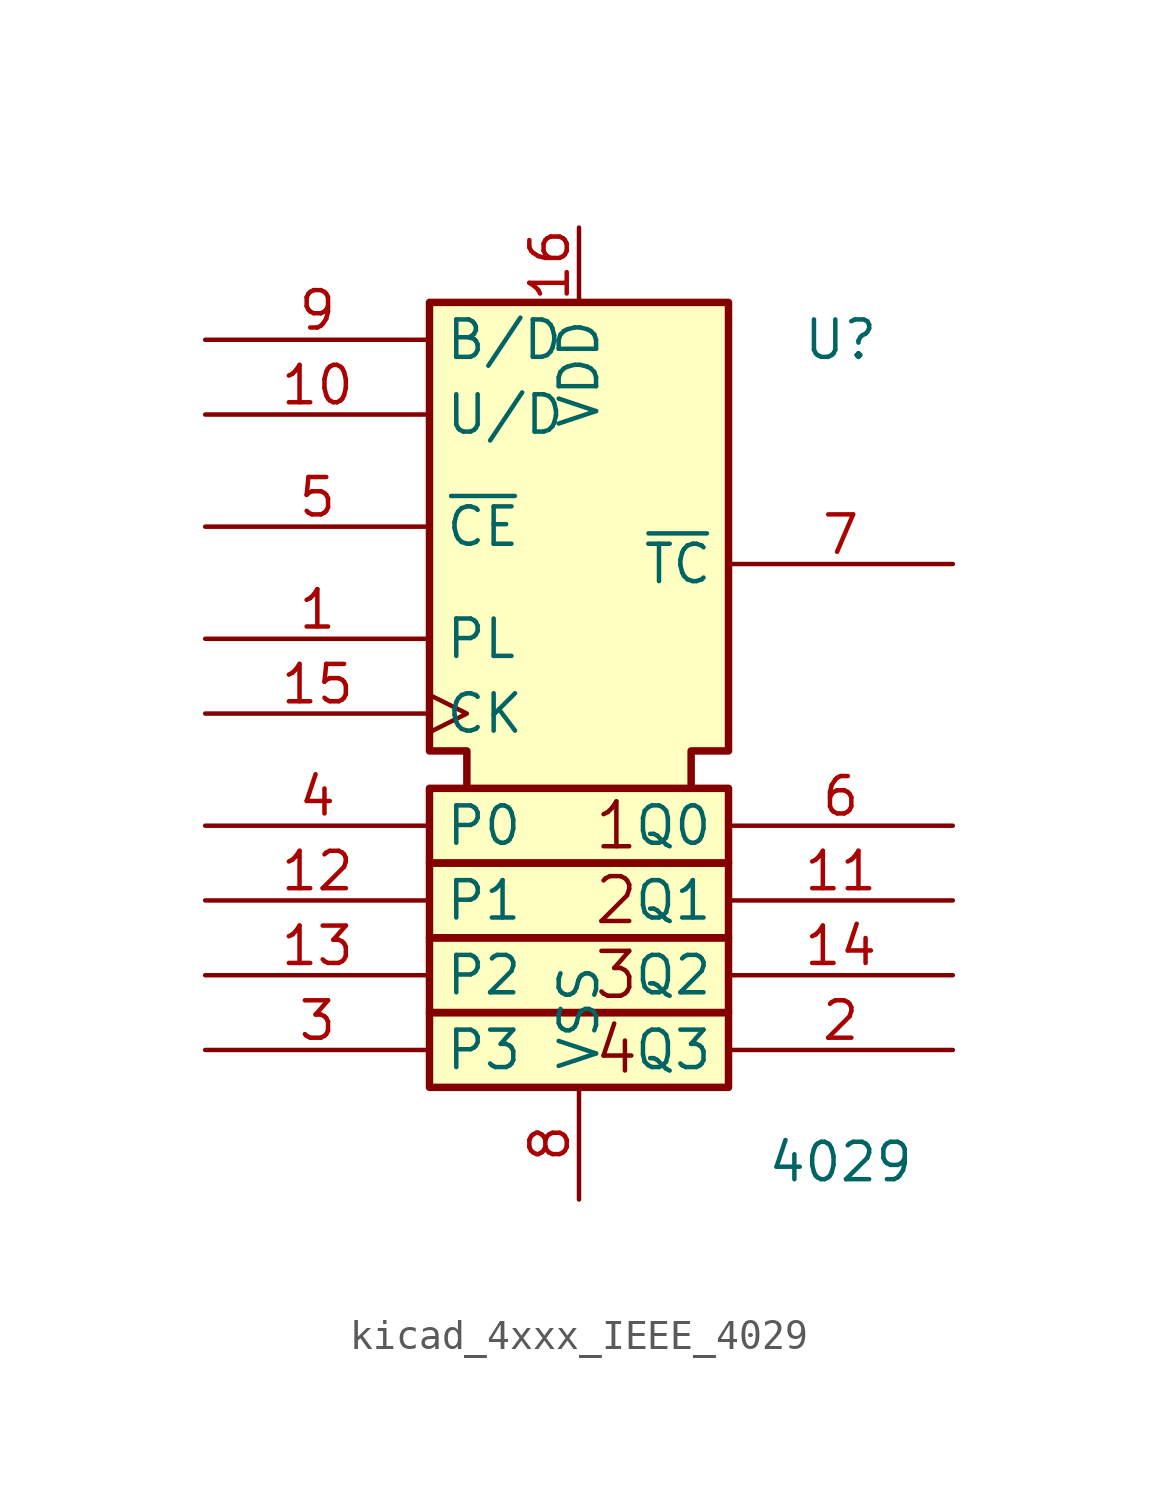
<source format=kicad_sym>
(kicad_symbol_lib
  (version 20220914)
  (generator kicad_symbol_editor)
  (symbol "kicad_4xxx_IEEE_4029"
    (property "Reference" "U"
      (at 8.89 8.89 0)
      (effects (font (size 1.27 1.27))))
    (property "Value" "4029"
      (at 8.89 -19.05 0)
      (effects (font (size 1.27 1.27))))
    (symbol "kicad_4xxx_IEEE_4029_0_0"
      (rectangle (start -5.08 -13.97) (end 5.08 -16.51) (stroke (width 0.254) (type default)) (fill (type background)))
      (rectangle (start -5.08 -11.43) (end 5.08 -13.97) (stroke (width 0.254) (type default)) (fill (type background)))
      (rectangle (start -5.08 -8.89) (end 5.08 -11.43) (stroke (width 0.254) (type default)) (fill (type background)))
      (rectangle (start -5.08 -6.35) (end 5.08 -8.89) (stroke (width 0.254) (type default)) (fill (type background)))
      (polyline (pts (xy -3.81 -6.35) (xy -3.81 -5.08) (xy -5.08 -5.08) (xy -5.08 10.16) (xy 5.08 10.16) (xy 5.08 -5.08) (xy 3.81 -5.08) (xy 3.81 -6.35) (xy 3.81 -6.35)) (stroke (width 0.254) (type default)) (fill (type background)))
      (text "1" (at 1.27 -7.62 0) (effects (font (size 1.524 1.524))))
      (text "2" (at 1.27 -10.16 0) (effects (font (size 1.524 1.524))))
      (text "3" (at 1.27 -12.7 0) (effects (font (size 1.524 1.524))))
      (text "4" (at 1.27 -15.24 0) (effects (font (size 1.524 1.524)))))
    (symbol "kicad_4xxx_IEEE_4029_1_1"
      (pin input line (at -12.7 -1.27 0) (length 7.62) (name "PL" (effects (font (size 1.27 1.27)))) (number "1" (effects (font (size 1.27 1.27)))))
      (pin input line (at -12.7 6.35 0) (length 7.62) (name "U/D" (effects (font (size 1.27 1.27)))) (number "10" (effects (font (size 1.27 1.27)))))
      (pin output line (at 12.7 -10.16 180) (length 7.62) (name "Q1" (effects (font (size 1.27 1.27)))) (number "11" (effects (font (size 1.27 1.27)))))
      (pin input line (at -12.7 -10.16 0) (length 7.62) (name "P1" (effects (font (size 1.27 1.27)))) (number "12" (effects (font (size 1.27 1.27)))))
      (pin input line (at -12.7 -12.7 0) (length 7.62) (name "P2" (effects (font (size 1.27 1.27)))) (number "13" (effects (font (size 1.27 1.27)))))
      (pin output line (at 12.7 -12.7 180) (length 7.62) (name "Q2" (effects (font (size 1.27 1.27)))) (number "14" (effects (font (size 1.27 1.27)))))
      (pin input clock (at -12.7 -3.81 0) (length 7.62) (name "CK" (effects (font (size 1.27 1.27)))) (number "15" (effects (font (size 1.27 1.27)))))
      (pin power_in line (at 0 12.7 270) (length 2.54) (name "VDD" (effects (font (size 1.27 1.27)))) (number "16" (effects (font (size 1.27 1.27)))))
      (pin output line (at 12.7 -15.24 180) (length 7.62) (name "Q3" (effects (font (size 1.27 1.27)))) (number "2" (effects (font (size 1.27 1.27)))))
      (pin input line (at -12.7 -15.24 0) (length 7.62) (name "P3" (effects (font (size 1.27 1.27)))) (number "3" (effects (font (size 1.27 1.27)))))
      (pin input line (at -12.7 -7.62 0) (length 7.62) (name "P0" (effects (font (size 1.27 1.27)))) (number "4" (effects (font (size 1.27 1.27)))))
      (pin input line (at -12.7 2.54 0) (length 7.62) (name "~{CE}" (effects (font (size 1.27 1.27)))) (number "5" (effects (font (size 1.27 1.27)))))
      (pin output line (at 12.7 -7.62 180) (length 7.62) (name "Q0" (effects (font (size 1.27 1.27)))) (number "6" (effects (font (size 1.27 1.27)))))
      (pin output line (at 12.7 1.27 180) (length 7.62) (name "~{TC}" (effects (font (size 1.27 1.27)))) (number "7" (effects (font (size 1.27 1.27)))))
      (pin power_in line (at 0 -20.32 90) (length 3.81) (name "VSS" (effects (font (size 1.27 1.27)))) (number "8" (effects (font (size 1.27 1.27)))))
      (pin input line (at -12.7 8.89 0) (length 7.62) (name "B/D" (effects (font (size 1.27 1.27)))) (number "9" (effects (font (size 1.27 1.27))))))))
</source>
